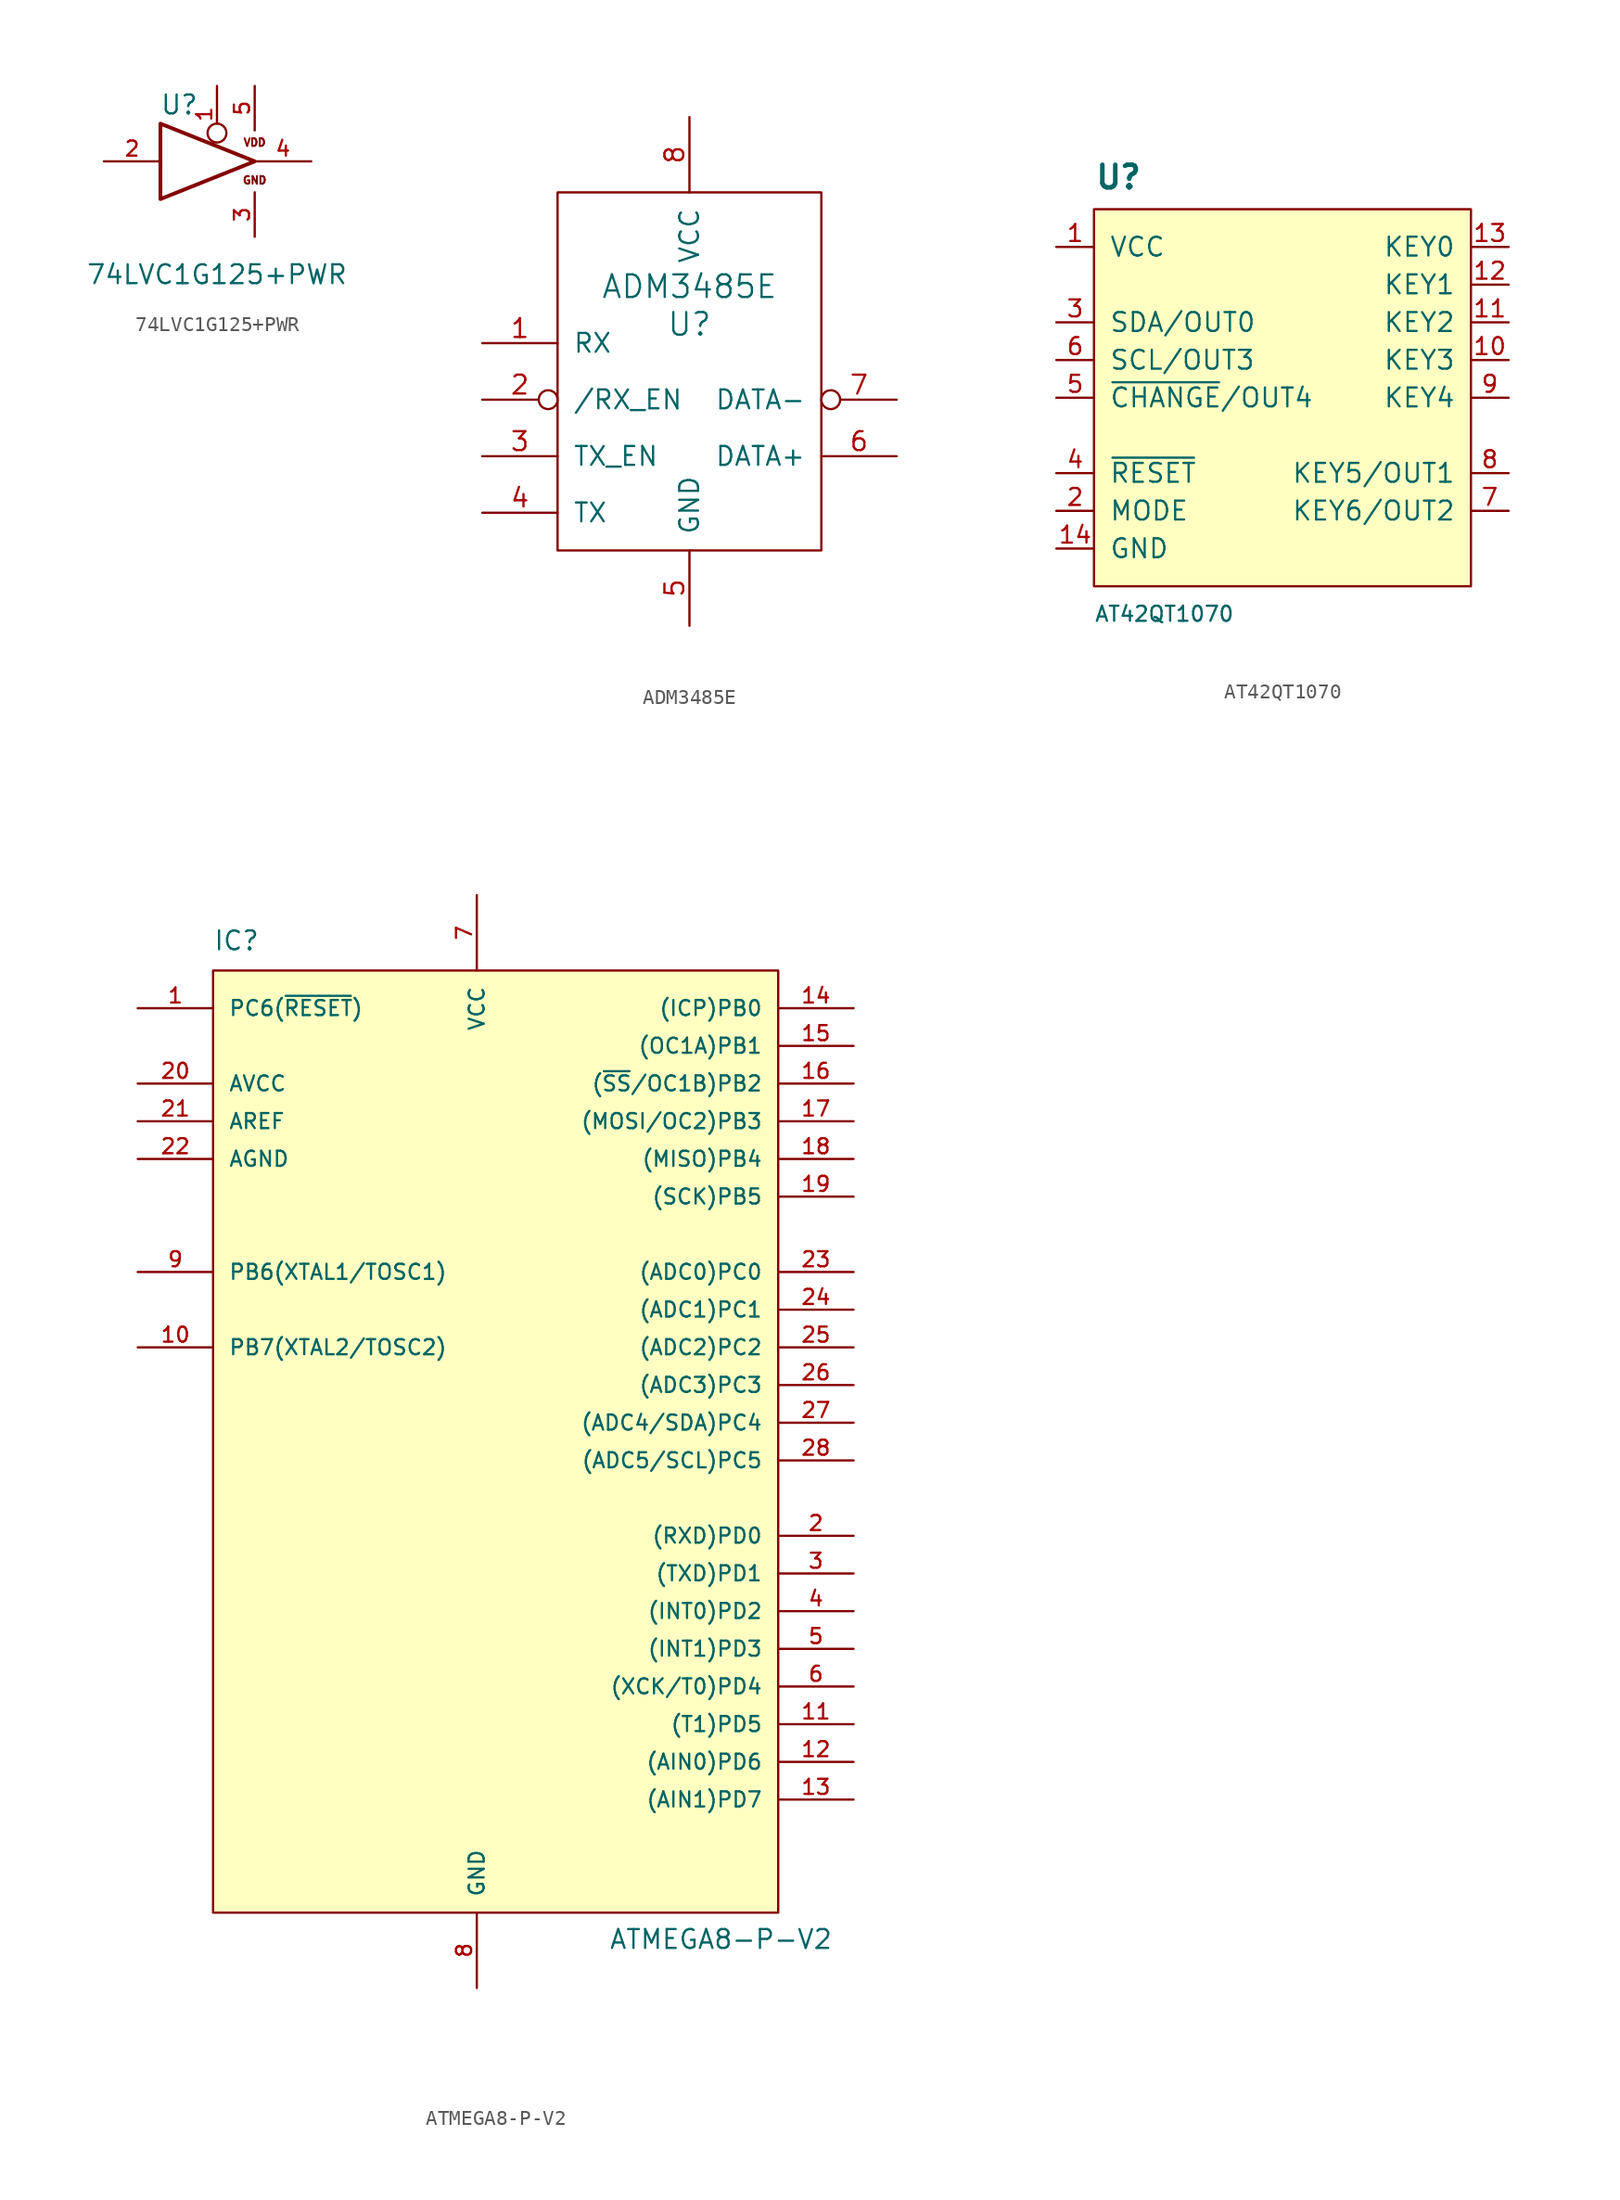
<source format=kicad_sym>
(kicad_symbol_lib
  (version 20220914)
  (generator kicad_symbol_editor)
  (symbol "74LVC1G125+PWR"
    (pin_names
      (offset 1.016))
    (property "Reference" "U"
      (at -2.54 3.81 0)
      (effects (font (size 1.27 1.27))))
    (property "Value" "74LVC1G125+PWR"
      (at 0 -7.62 0)
      (effects (font (size 1.27 1.27))))
    (property "Footprint" ""
      (at 0 0 0)
      (effects (font (size 1.27 1.27))))
    (property "Datasheet" ""
      (at 0 0 0)
      (effects (font (size 1.27 1.27))))
    (symbol "74LVC1G125+PWR_0_0"
      (text "GND" (at 2.54 -1.27 0) (effects (font (size 0.508 0.508))))
      (text "VDD" (at 2.54 1.27 0) (effects (font (size 0.508 0.508)))))
    (symbol "74LVC1G125+PWR_0_1"
      (polyline (pts (xy -3.81 2.54) (xy -3.81 -2.54) (xy 2.54 0) (xy -3.81 2.54)) (stroke (width 0.254) (type default)) (fill (type none))))
    (symbol "74LVC1G125+PWR_1_1"
      (pin input inverted (at 0 5.08 270) (length 3.81) (name "~" (effects (font (size 1.016 1.016)))) (number "1" (effects (font (size 1.016 1.016)))))
      (pin input line (at -7.62 0 0) (length 3.81) (name "~" (effects (font (size 1.016 1.016)))) (number "2" (effects (font (size 1.016 1.016)))))
      (pin power_in line (at 2.54 -5.08 90) (length 2.997) (name "~" (effects (font (size 1.016 1.016)))) (number "3" (effects (font (size 1.016 1.016)))))
      (pin tri_state line (at 6.35 0 180) (length 3.81) (name "~" (effects (font (size 1.016 1.016)))) (number "4" (effects (font (size 1.016 1.016)))))
      (pin power_in line (at 2.54 5.08 270) (length 2.997) (name "~" (effects (font (size 1.016 1.016)))) (number "5" (effects (font (size 1.016 1.016)))))))
  (symbol "ADM3485E"
    (pin_names
      (offset 1.016))
    (property "Reference" "U"
      (at -1.27 1.27 0)
      (effects (font (size 1.524 1.524))))
    (property "Value" "ADM3485E"
      (at -1.27 3.81 0)
      (effects (font (size 1.524 1.524))))
    (symbol "ADM3485E_0_1"
      (rectangle (start 7.62 10.16) (end -10.16 -13.97) (stroke (width 0) (type default)) (fill (type none))))
    (symbol "ADM3485E_1_1"
      (pin output line (at -15.24 0 0) (length 5.08) (name "RX" (effects (font (size 1.27 1.27)))) (number "1" (effects (font (size 1.27 1.27)))))
      (pin input inverted (at -15.24 -3.81 0) (length 5.08) (name "/RX_EN" (effects (font (size 1.27 1.27)))) (number "2" (effects (font (size 1.27 1.27)))))
      (pin input line (at -15.24 -7.62 0) (length 5.08) (name "TX_EN" (effects (font (size 1.27 1.27)))) (number "3" (effects (font (size 1.27 1.27)))))
      (pin input line (at -15.24 -11.43 0) (length 5.08) (name "TX" (effects (font (size 1.27 1.27)))) (number "4" (effects (font (size 1.27 1.27)))))
      (pin input line (at -1.27 -19.05 90) (length 5.08) (name "GND" (effects (font (size 1.27 1.27)))) (number "5" (effects (font (size 1.27 1.27)))))
      (pin bidirectional line (at 12.7 -7.62 180) (length 5.08) (name "DATA+" (effects (font (size 1.27 1.27)))) (number "6" (effects (font (size 1.27 1.27)))))
      (pin bidirectional inverted (at 12.7 -3.81 180) (length 5.08) (name "DATA-" (effects (font (size 1.27 1.27)))) (number "7" (effects (font (size 1.27 1.27)))))
      (pin power_in line (at -1.27 15.24 270) (length 5.08) (name "VCC" (effects (font (size 1.27 1.27)))) (number "8" (effects (font (size 1.27 1.27)))))))
  (symbol "AT42QT1070"
    (pin_names
      (offset 1.016))
    (property "Reference" "U"
      (at -12.7 13.97 0)
      (effects (font (size 1.524 1.524) bold) (justify left bottom)))
    (property "Value" "AT42QT1070"
      (at -12.7 -13.97 0)
      (effects (font (size 1.016 1.016)) (justify left top)))
    (property "Datasheet" ""
      (at -11.43 19.05 0)
      (effects (font (size 1.27 1.27))))
    (symbol "AT42QT1070_0_0"
      (rectangle (start -12.7 12.7) (end 12.7 -12.7) (stroke (width 0) (type default)) (fill (type background))))
    (symbol "AT42QT1070_1_1"
      (pin power_in line (at -15.24 10.16 0) (length 2.54) (name "VCC" (effects (font (size 1.27 1.27)))) (number "1" (effects (font (size 1.143 1.143)))))
      (pin output line (at 15.24 2.54 180) (length 2.54) (name "KEY3" (effects (font (size 1.27 1.27)))) (number "10" (effects (font (size 1.143 1.143)))))
      (pin output line (at 15.24 5.08 180) (length 2.54) (name "KEY2" (effects (font (size 1.27 1.27)))) (number "11" (effects (font (size 1.143 1.143)))))
      (pin output line (at 15.24 7.62 180) (length 2.54) (name "KEY1" (effects (font (size 1.27 1.27)))) (number "12" (effects (font (size 1.143 1.143)))))
      (pin output line (at 15.24 10.16 180) (length 2.54) (name "KEY0" (effects (font (size 1.27 1.27)))) (number "13" (effects (font (size 1.143 1.143)))))
      (pin power_in line (at -15.24 -10.16 0) (length 2.54) (name "GND" (effects (font (size 1.27 1.27)))) (number "14" (effects (font (size 1.143 1.143)))))
      (pin input line (at -15.24 -7.62 0) (length 2.54) (name "MODE" (effects (font (size 1.27 1.27)))) (number "2" (effects (font (size 1.143 1.143)))))
      (pin bidirectional line (at -15.24 5.08 0) (length 2.54) (name "SDA/OUT0" (effects (font (size 1.27 1.27)))) (number "3" (effects (font (size 1.143 1.143)))))
      (pin input line (at -15.24 -5.08 0) (length 2.54) (name "~{RESET}" (effects (font (size 1.27 1.27)))) (number "4" (effects (font (size 1.143 1.143)))))
      (pin output line (at -15.24 0 0) (length 2.54) (name "~{CHANGE}/OUT4" (effects (font (size 1.27 1.27)))) (number "5" (effects (font (size 1.143 1.143)))))
      (pin input line (at -15.24 2.54 0) (length 2.54) (name "SCL/OUT3" (effects (font (size 1.27 1.27)))) (number "6" (effects (font (size 1.143 1.143)))))
      (pin output line (at 15.24 -7.62 180) (length 2.54) (name "KEY6/OUT2" (effects (font (size 1.27 1.27)))) (number "7" (effects (font (size 1.143 1.143)))))
      (pin output line (at 15.24 -5.08 180) (length 2.54) (name "KEY5/OUT1" (effects (font (size 1.27 1.27)))) (number "8" (effects (font (size 1.143 1.143)))))
      (pin output line (at 15.24 0 180) (length 2.54) (name "KEY4" (effects (font (size 1.27 1.27)))) (number "9" (effects (font (size 1.143 1.143)))))))
  (symbol "ATMEGA8-P-V2"
    (pin_names
      (offset 1.016))
    (property "Reference" "IC"
      (at -17.78 31.75 0)
      (effects (font (size 1.27 1.27)) (justify left bottom)))
    (property "Value" "ATMEGA8-P-V2"
      (at 8.89 -35.56 0)
      (effects (font (size 1.27 1.27)) (justify left bottom)))
    (symbol "ATMEGA8-P-V2_0_1"
      (rectangle (start -17.78 30.48) (end 20.32 -33.02) (stroke (width 0) (type default)) (fill (type background))))
    (symbol "ATMEGA8-P-V2_1_1"
      (pin bidirectional line (at -22.86 27.94 0) (length 5.08) (name "PC6(~{RESET})" (effects (font (size 1.016 1.016)))) (number "1" (effects (font (size 1.016 1.016)))))
      (pin bidirectional line (at -22.86 5.08 0) (length 5.08) (name "PB7(XTAL2/TOSC2)" (effects (font (size 1.016 1.016)))) (number "10" (effects (font (size 1.016 1.016)))))
      (pin bidirectional line (at 25.4 -20.32 180) (length 5.08) (name "(T1)PD5" (effects (font (size 1.016 1.016)))) (number "11" (effects (font (size 1.016 1.016)))))
      (pin bidirectional line (at 25.4 -22.86 180) (length 5.08) (name "(AIN0)PD6" (effects (font (size 1.016 1.016)))) (number "12" (effects (font (size 1.016 1.016)))))
      (pin bidirectional line (at 25.4 -25.4 180) (length 5.08) (name "(AIN1)PD7" (effects (font (size 1.016 1.016)))) (number "13" (effects (font (size 1.016 1.016)))))
      (pin bidirectional line (at 25.4 27.94 180) (length 5.08) (name "(ICP)PB0" (effects (font (size 1.016 1.016)))) (number "14" (effects (font (size 1.016 1.016)))))
      (pin bidirectional line (at 25.4 25.4 180) (length 5.08) (name "(OC1A)PB1" (effects (font (size 1.016 1.016)))) (number "15" (effects (font (size 1.016 1.016)))))
      (pin bidirectional line (at 25.4 22.86 180) (length 5.08) (name "(~{SS}/OC1B)PB2" (effects (font (size 1.016 1.016)))) (number "16" (effects (font (size 1.016 1.016)))))
      (pin bidirectional line (at 25.4 20.32 180) (length 5.08) (name "(MOSI/OC2)PB3" (effects (font (size 1.016 1.016)))) (number "17" (effects (font (size 1.016 1.016)))))
      (pin bidirectional line (at 25.4 17.78 180) (length 5.08) (name "(MISO)PB4" (effects (font (size 1.016 1.016)))) (number "18" (effects (font (size 1.016 1.016)))))
      (pin bidirectional line (at 25.4 15.24 180) (length 5.08) (name "(SCK)PB5" (effects (font (size 1.016 1.016)))) (number "19" (effects (font (size 1.016 1.016)))))
      (pin bidirectional line (at 25.4 -7.62 180) (length 5.08) (name "(RXD)PD0" (effects (font (size 1.016 1.016)))) (number "2" (effects (font (size 1.016 1.016)))))
      (pin power_in line (at -22.86 22.86 0) (length 5.08) (name "AVCC" (effects (font (size 1.016 1.016)))) (number "20" (effects (font (size 1.016 1.016)))))
      (pin bidirectional line (at -22.86 20.32 0) (length 5.08) (name "AREF" (effects (font (size 1.016 1.016)))) (number "21" (effects (font (size 1.016 1.016)))))
      (pin power_in line (at -22.86 17.78 0) (length 5.08) (name "AGND" (effects (font (size 1.016 1.016)))) (number "22" (effects (font (size 1.016 1.016)))))
      (pin bidirectional line (at 25.4 10.16 180) (length 5.08) (name "(ADC0)PC0" (effects (font (size 1.016 1.016)))) (number "23" (effects (font (size 1.016 1.016)))))
      (pin bidirectional line (at 25.4 7.62 180) (length 5.08) (name "(ADC1)PC1" (effects (font (size 1.016 1.016)))) (number "24" (effects (font (size 1.016 1.016)))))
      (pin bidirectional line (at 25.4 5.08 180) (length 5.08) (name "(ADC2)PC2" (effects (font (size 1.016 1.016)))) (number "25" (effects (font (size 1.016 1.016)))))
      (pin bidirectional line (at 25.4 2.54 180) (length 5.08) (name "(ADC3)PC3" (effects (font (size 1.016 1.016)))) (number "26" (effects (font (size 1.016 1.016)))))
      (pin bidirectional line (at 25.4 0 180) (length 5.08) (name "(ADC4/SDA)PC4" (effects (font (size 1.016 1.016)))) (number "27" (effects (font (size 1.016 1.016)))))
      (pin bidirectional line (at 25.4 -2.54 180) (length 5.08) (name "(ADC5/SCL)PC5" (effects (font (size 1.016 1.016)))) (number "28" (effects (font (size 1.016 1.016)))))
      (pin bidirectional line (at 25.4 -10.16 180) (length 5.08) (name "(TXD)PD1" (effects (font (size 1.016 1.016)))) (number "3" (effects (font (size 1.016 1.016)))))
      (pin bidirectional line (at 25.4 -12.7 180) (length 5.08) (name "(INT0)PD2" (effects (font (size 1.016 1.016)))) (number "4" (effects (font (size 1.016 1.016)))))
      (pin bidirectional line (at 25.4 -15.24 180) (length 5.08) (name "(INT1)PD3" (effects (font (size 1.016 1.016)))) (number "5" (effects (font (size 1.016 1.016)))))
      (pin bidirectional line (at 25.4 -17.78 180) (length 5.08) (name "(XCK/T0)PD4" (effects (font (size 1.016 1.016)))) (number "6" (effects (font (size 1.016 1.016)))))
      (pin power_in line (at 0 35.56 270) (length 5.08) (name "VCC" (effects (font (size 1.016 1.016)))) (number "7" (effects (font (size 1.016 1.016)))))
      (pin power_in line (at 0 -38.1 90) (length 5.08) (name "GND" (effects (font (size 1.016 1.016)))) (number "8" (effects (font (size 1.016 1.016)))))
      (pin bidirectional line (at -22.86 10.16 0) (length 5.08) (name "PB6(XTAL1/TOSC1)" (effects (font (size 1.016 1.016)))) (number "9" (effects (font (size 1.016 1.016))))))))
</source>
